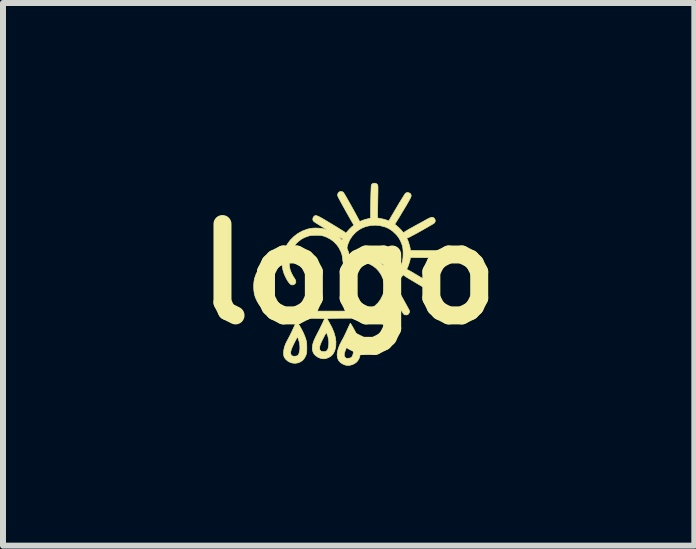
<source format=kicad_pcb>
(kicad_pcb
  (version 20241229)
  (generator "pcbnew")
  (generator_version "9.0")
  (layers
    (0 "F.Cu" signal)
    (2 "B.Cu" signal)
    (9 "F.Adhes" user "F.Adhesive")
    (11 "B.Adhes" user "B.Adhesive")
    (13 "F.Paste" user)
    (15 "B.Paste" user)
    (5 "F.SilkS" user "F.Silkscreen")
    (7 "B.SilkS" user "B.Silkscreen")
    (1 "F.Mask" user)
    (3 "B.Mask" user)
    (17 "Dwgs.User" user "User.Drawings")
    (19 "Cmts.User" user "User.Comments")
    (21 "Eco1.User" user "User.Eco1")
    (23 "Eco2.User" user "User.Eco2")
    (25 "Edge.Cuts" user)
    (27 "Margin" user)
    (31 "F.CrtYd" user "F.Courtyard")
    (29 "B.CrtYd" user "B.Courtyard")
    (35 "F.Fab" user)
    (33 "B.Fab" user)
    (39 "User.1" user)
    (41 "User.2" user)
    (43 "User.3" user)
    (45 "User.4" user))
  (footprint "logo"
    (layer "F.Cu")
    (at 2.765 1.521)
    (property "Reference" "logo" (at 0 0 0) (layer "F.SilkS") (effects (font (size 1.524 1.524) (thickness 0.3))))
    (attr through_hole)
    (fp_poly (pts (xy 0.031 0.824) (xy 0.04 0.837) (xy 0.052 0.857) (xy 0.067 0.882) (xy 0.083 0.911) (xy 0.099 0.94) (xy 0.115 0.969) (xy 0.129 0.996) (xy 0.14 1.017) (xy 0.144 1.026) (xy 0.164 1.074) (xy 0.179 1.116) (xy 0.188 1.156) (xy 0.194 1.197) (xy 0.197 1.235) (xy 0.197 1.298) (xy 0.191 1.351) (xy 0.179 1.396) (xy 0.16 1.433) (xy 0.135 1.465) (xy 0.135 1.465) (xy 0.101 1.491) (xy 0.062 1.51) (xy 0.02 1.521) (xy -0.022 1.524) (xy -0.059 1.517) (xy -0.107 1.496) (xy -0.144 1.469) (xy -0.171 1.436) (xy -0.187 1.396) (xy -0.192 1.352) (xy -0.074 1.352) (xy -0.07 1.372) (xy -0.057 1.39) (xy -0.041 1.402) (xy -0.036 1.404) (xy -0.012 1.405) (xy 0.014 1.402) (xy 0.036 1.395) (xy 0.048 1.387) (xy 0.062 1.367) (xy 0.073 1.337) (xy 0.079 1.301) (xy 0.081 1.26) (xy 0.079 1.217) (xy 0.072 1.176) (xy 0.065 1.149) (xy 0.057 1.125) (xy 0.05 1.106) (xy 0.045 1.094) (xy 0.044 1.092) (xy 0.04 1.093) (xy 0.032 1.102) (xy 0.021 1.12) (xy 0.005 1.149) (xy -0.008 1.173) (xy -0.037 1.23) (xy -0.057 1.278) (xy -0.07 1.317) (xy -0.074 1.349) (xy -0.074 1.352) (xy -0.192 1.352) (xy -0.193 1.349) (xy -0.188 1.297) (xy -0.172 1.238) (xy -0.146 1.173) (xy -0.109 1.102) (xy -0.099 1.085) (xy -0.09 1.068) (xy -0.077 1.043) (xy -0.062 1.012) (xy -0.045 0.976) (xy -0.028 0.939) (xy -0.027 0.936) (xy -0.011 0.902) (xy 0.003 0.871) (xy 0.015 0.846) (xy 0.023 0.829) (xy 0.027 0.82) (xy 0.027 0.82) (xy 0.031 0.824)) (stroke (width 0.01) (type solid)) (fill yes) (layer "F.SilkS"))
    (fp_poly (pts (xy -0.863 0.794) (xy -0.854 0.806) (xy -0.841 0.826) (xy -0.825 0.851) (xy -0.808 0.88) (xy -0.791 0.911) (xy -0.774 0.943) (xy -0.759 0.972) (xy -0.745 1.004) (xy -0.73 1.04) (xy -0.718 1.074) (xy -0.715 1.084) (xy -0.708 1.108) (xy -0.703 1.129) (xy -0.7 1.151) (xy -0.699 1.178) (xy -0.698 1.212) (xy -0.698 1.225) (xy -0.698 1.261) (xy -0.699 1.289) (xy -0.701 1.31) (xy -0.704 1.328) (xy -0.71 1.347) (xy -0.713 1.355) (xy -0.734 1.398) (xy -0.763 1.434) (xy -0.8 1.462) (xy -0.842 1.48) (xy -0.887 1.488) (xy -0.934 1.485) (xy -0.976 1.473) (xy -1.014 1.452) (xy -1.046 1.425) (xy -1.071 1.393) (xy -1.073 1.388) (xy -1.08 1.371) (xy -1.084 1.349) (xy -1.085 1.32) (xy -1.085 1.312) (xy -1.085 1.303) (xy -0.967 1.303) (xy -0.967 1.327) (xy -0.96 1.345) (xy -0.952 1.355) (xy -0.939 1.365) (xy -0.924 1.37) (xy -0.905 1.37) (xy -0.883 1.369) (xy -0.862 1.364) (xy -0.856 1.361) (xy -0.845 1.353) (xy -0.836 1.34) (xy -0.828 1.319) (xy -0.825 1.311) (xy -0.814 1.257) (xy -0.814 1.199) (xy -0.822 1.139) (xy -0.841 1.079) (xy -0.845 1.067) (xy -0.854 1.046) (xy -0.901 1.135) (xy -0.928 1.19) (xy -0.948 1.235) (xy -0.961 1.272) (xy -0.967 1.303) (xy -1.085 1.303) (xy -1.082 1.266) (xy -1.072 1.22) (xy -1.055 1.171) (xy -1.029 1.118) (xy -1.02 1.101) (xy -1.003 1.07) (xy -0.986 1.037) (xy -0.971 1.007) (xy -0.964 0.992) (xy -0.952 0.968) (xy -0.937 0.936) (xy -0.921 0.902) (xy -0.907 0.871) (xy -0.893 0.843) (xy -0.882 0.819) (xy -0.873 0.801) (xy -0.868 0.792) (xy -0.868 0.792) (xy -0.863 0.794)) (stroke (width 0.01) (type solid)) (fill yes) (layer "F.SilkS"))
    (fp_poly (pts (xy 0.458 -1.511) (xy 0.477 -1.497) (xy 0.479 -1.494) (xy 0.482 -1.489) (xy 0.484 -1.484) (xy 0.486 -1.477) (xy 0.488 -1.467) (xy 0.489 -1.453) (xy 0.489 -1.434) (xy 0.489 -1.408) (xy 0.489 -1.374) (xy 0.488 -1.331) (xy 0.487 -1.279) (xy 0.486 -1.215) (xy 0.486 -1.208) (xy 0.485 -1.152) (xy 0.484 -1.099) (xy 0.483 -1.052) (xy 0.482 -1.011) (xy 0.482 -0.978) (xy 0.482 -0.954) (xy 0.482 -0.94) (xy 0.482 -0.937) (xy 0.488 -0.935) (xy 0.503 -0.932) (xy 0.525 -0.928) (xy 0.533 -0.926) (xy 0.563 -0.92) (xy 0.593 -0.913) (xy 0.618 -0.905) (xy 0.619 -0.905) (xy 0.645 -0.896) (xy 0.662 -0.89) (xy 0.671 -0.888) (xy 0.675 -0.889) (xy 0.676 -0.892) (xy 0.676 -0.894) (xy 0.679 -0.902) (xy 0.688 -0.918) (xy 0.701 -0.942) (xy 0.719 -0.973) (xy 0.74 -1.008) (xy 0.763 -1.048) (xy 0.788 -1.09) (xy 0.813 -1.132) (xy 0.838 -1.175) (xy 0.863 -1.215) (xy 0.886 -1.252) (xy 0.906 -1.285) (xy 0.923 -1.312) (xy 0.935 -1.332) (xy 0.943 -1.342) (xy 0.944 -1.343) (xy 0.959 -1.355) (xy 0.973 -1.36) (xy 0.993 -1.359) (xy 1.014 -1.352) (xy 1.031 -1.34) (xy 1.035 -1.334) (xy 1.039 -1.325) (xy 1.042 -1.316) (xy 1.042 -1.305) (xy 1.039 -1.292) (xy 1.033 -1.276) (xy 1.023 -1.255) (xy 1.008 -1.228) (xy 0.989 -1.194) (xy 0.965 -1.152) (xy 0.935 -1.102) (xy 0.923 -1.082) (xy 0.895 -1.036) (xy 0.869 -0.992) (xy 0.845 -0.952) (xy 0.824 -0.918) (xy 0.806 -0.889) (xy 0.794 -0.869) (xy 0.787 -0.858) (xy 0.769 -0.832) (xy 0.811 -0.797) (xy 0.835 -0.775) (xy 0.86 -0.751) (xy 0.881 -0.729) (xy 0.883 -0.726) (xy 0.898 -0.709) (xy 0.909 -0.696) (xy 0.915 -0.689) (xy 0.915 -0.689) (xy 0.92 -0.691) (xy 0.928 -0.699) (xy 0.932 -0.703) (xy 0.939 -0.708) (xy 0.95 -0.715) (xy 0.965 -0.724) (xy 0.985 -0.736) (xy 1.011 -0.751) (xy 1.044 -0.769) (xy 1.085 -0.792) (xy 1.134 -0.819) (xy 1.193 -0.851) (xy 1.261 -0.889) (xy 1.272 -0.895) (xy 1.312 -0.917) (xy 1.344 -0.933) (xy 1.368 -0.943) (xy 1.386 -0.947) (xy 1.4 -0.947) (xy 1.412 -0.943) (xy 1.424 -0.934) (xy 1.427 -0.931) (xy 1.441 -0.909) (xy 1.445 -0.885) (xy 1.437 -0.862) (xy 1.431 -0.853) (xy 1.422 -0.847) (xy 1.404 -0.835) (xy 1.379 -0.82) (xy 1.346 -0.801) (xy 1.309 -0.779) (xy 1.268 -0.756) (xy 1.225 -0.731) (xy 1.181 -0.707) (xy 1.138 -0.683) (xy 1.098 -0.661) (xy 1.061 -0.642) (xy 1.03 -0.625) (xy 1.006 -0.613) (xy 0.99 -0.605) (xy 0.985 -0.604) (xy 0.968 -0.6) (xy 0.979 -0.578) (xy 0.99 -0.554) (xy 1.001 -0.522) (xy 1.011 -0.488) (xy 1.02 -0.455) (xy 1.026 -0.427) (xy 1.026 -0.425) (xy 1.03 -0.394) (xy 1.286 -0.392) (xy 1.351 -0.392) (xy 1.406 -0.391) (xy 1.45 -0.391) (xy 1.486 -0.39) (xy 1.513 -0.388) (xy 1.534 -0.386) (xy 1.549 -0.383) (xy 1.56 -0.38) (xy 1.567 -0.375) (xy 1.573 -0.369) (xy 1.577 -0.362) (xy 1.579 -0.359) (xy 1.587 -0.333) (xy 1.583 -0.311) (xy 1.569 -0.29) (xy 1.55 -0.272) (xy 1.29 -0.274) (xy 1.03 -0.276) (xy 1.026 -0.25) (xy 1.022 -0.228) (xy 1.014 -0.2) (xy 1.004 -0.168) (xy 0.993 -0.137) (xy 0.983 -0.112) (xy 0.978 -0.101) (xy 0.97 -0.085) (xy 0.968 -0.077) (xy 0.973 -0.075) (xy 0.977 -0.074) (xy 0.98 -0.074) (xy 0.987 -0.071) (xy 0.997 -0.065) (xy 1.012 -0.057) (xy 1.033 -0.046) (xy 1.059 -0.031) (xy 1.091 -0.012) (xy 1.131 0.012) (xy 1.178 0.04) (xy 1.234 0.073) (xy 1.3 0.112) (xy 1.375 0.156) (xy 1.388 0.164) (xy 1.413 0.184) (xy 1.426 0.207) (xy 1.428 0.232) (xy 1.423 0.245) (xy 1.411 0.263) (xy 1.392 0.277) (xy 1.371 0.283) (xy 1.356 0.282) (xy 1.347 0.277) (xy 1.327 0.266) (xy 1.297 0.249) (xy 1.256 0.225) (xy 1.205 0.195) (xy 1.144 0.159) (xy 1.073 0.117) (xy 0.993 0.069) (xy 0.989 0.067) (xy 0.964 0.051) (xy 0.942 0.037) (xy 0.927 0.026) (xy 0.92 0.02) (xy 0.911 0.013) (xy 0.907 0.016) (xy 0.875 0.055) (xy 0.833 0.096) (xy 0.807 0.118) (xy 0.784 0.137) (xy 0.77 0.149) (xy 0.764 0.158) (xy 0.763 0.164) (xy 0.765 0.167) (xy 0.771 0.176) (xy 0.782 0.193) (xy 0.796 0.217) (xy 0.812 0.244) (xy 0.817 0.254) (xy 0.859 0.328) (xy 0.895 0.392) (xy 0.925 0.447) (xy 0.95 0.492) (xy 0.971 0.53) (xy 0.987 0.56) (xy 1 0.583) (xy 1.009 0.601) (xy 1.014 0.613) (xy 1.017 0.62) (xy 1.017 0.622) (xy 1.013 0.639) (xy 1.003 0.659) (xy 0.99 0.673) (xy 0.986 0.676) (xy 0.964 0.682) (xy 0.938 0.679) (xy 0.928 0.675) (xy 0.924 0.673) (xy 0.92 0.67) (xy 0.915 0.664) (xy 0.909 0.655) (xy 0.901 0.643) (xy 0.89 0.625) (xy 0.876 0.601) (xy 0.858 0.571) (xy 0.836 0.532) (xy 0.81 0.486) (xy 0.778 0.429) (xy 0.763 0.403) (xy 0.742 0.366) (xy 0.726 0.339) (xy 0.715 0.321) (xy 0.708 0.31) (xy 0.703 0.306) (xy 0.701 0.307) (xy 0.701 0.312) (xy 0.698 0.328) (xy 0.691 0.352) (xy 0.682 0.381) (xy 0.67 0.412) (xy 0.657 0.442) (xy 0.645 0.467) (xy 0.64 0.474) (xy 0.609 0.52) (xy 0.571 0.566) (xy 0.528 0.607) (xy 0.499 0.63) (xy 0.459 0.66) (xy 0.459 0.713) (xy 0.458 0.741) (xy 0.456 0.766) (xy 0.453 0.784) (xy 0.452 0.787) (xy 0.439 0.807) (xy 0.42 0.819) (xy 0.396 0.823) (xy 0.373 0.817) (xy 0.355 0.805) (xy 0.347 0.795) (xy 0.343 0.783) (xy 0.341 0.764) (xy 0.341 0.752) (xy 0.341 0.732) (xy 0.34 0.718) (xy 0.34 0.713) (xy 0.333 0.715) (xy 0.319 0.719) (xy 0.304 0.724) (xy 0.295 0.726) (xy 0.283 0.728) (xy 0.269 0.73) (xy 0.25 0.731) (xy 0.226 0.732) (xy 0.196 0.733) (xy 0.157 0.734) (xy 0.111 0.735) (xy 0.054 0.736) (xy -0.013 0.736) (xy -0.045 0.736) (xy -0.117 0.737) (xy -0.177 0.737) (xy -0.226 0.738) (xy -0.266 0.739) (xy -0.297 0.74) (xy -0.321 0.74) (xy -0.337 0.742) (xy -0.348 0.743) (xy -0.355 0.745) (xy -0.357 0.746) (xy -0.357 0.748) (xy -0.353 0.757) (xy -0.343 0.774) (xy -0.331 0.796) (xy -0.324 0.808) (xy -0.279 0.892) (xy -0.245 0.974) (xy -0.223 1.051) (xy -0.212 1.125) (xy -0.214 1.195) (xy -0.22 1.235) (xy -0.236 1.288) (xy -0.26 1.332) (xy -0.292 1.366) (xy -0.332 1.391) (xy -0.365 1.404) (xy -0.399 1.412) (xy -0.429 1.413) (xy -0.462 1.407) (xy -0.481 1.401) (xy -0.517 1.385) (xy -0.55 1.361) (xy -0.577 1.333) (xy -0.589 1.314) (xy -0.602 1.278) (xy -0.605 1.241) (xy -0.485 1.241) (xy -0.481 1.262) (xy -0.471 1.277) (xy -0.453 1.288) (xy -0.43 1.293) (xy -0.404 1.293) (xy -0.38 1.287) (xy -0.368 1.281) (xy -0.354 1.265) (xy -0.343 1.239) (xy -0.336 1.205) (xy -0.332 1.167) (xy -0.332 1.125) (xy -0.337 1.083) (xy -0.346 1.042) (xy -0.349 1.031) (xy -0.358 1.008) (xy -0.365 0.989) (xy -0.37 0.979) (xy -0.371 0.977) (xy -0.375 0.981) (xy -0.384 0.995) (xy -0.397 1.017) (xy -0.411 1.044) (xy -0.427 1.075) (xy -0.45 1.122) (xy -0.467 1.16) (xy -0.478 1.191) (xy -0.484 1.218) (xy -0.485 1.241) (xy -0.605 1.241) (xy -0.606 1.235) (xy -0.602 1.187) (xy -0.599 1.172) (xy -0.592 1.147) (xy -0.582 1.118) (xy -0.567 1.082) (xy -0.547 1.04) (xy -0.521 0.989) (xy -0.497 0.943) (xy -0.484 0.918) (xy -0.47 0.889) (xy -0.455 0.859) (xy -0.44 0.827) (xy -0.426 0.798) (xy -0.415 0.774) (xy -0.407 0.755) (xy -0.403 0.745) (xy -0.403 0.744) (xy -0.409 0.743) (xy -0.426 0.742) (xy -0.454 0.741) (xy -0.491 0.74) (xy -0.536 0.739) (xy -0.588 0.738) (xy -0.647 0.738) (xy -0.71 0.737) (xy -0.774 0.737) (xy -1.144 0.735) (xy -1.199 0.718) (xy -1.27 0.691) (xy -1.334 0.658) (xy -1.392 0.616) (xy -1.447 0.564) (xy -1.453 0.559) (xy -1.494 0.507) (xy -1.53 0.447) (xy -1.558 0.384) (xy -1.573 0.332) (xy -1.58 0.287) (xy -1.584 0.235) (xy -1.584 0.216) (xy -1.47 0.216) (xy -1.464 0.28) (xy -1.447 0.343) (xy -1.431 0.382) (xy -1.392 0.447) (xy -1.346 0.502) (xy -1.293 0.547) (xy -1.234 0.581) (xy -1.168 0.604) (xy -1.127 0.613) (xy -1.117 0.614) (xy -1.094 0.615) (xy -1.062 0.615) (xy -1.019 0.616) (xy -0.967 0.617) (xy -0.907 0.617) (xy -0.84 0.617) (xy -0.766 0.618) (xy -0.686 0.618) (xy -0.602 0.618) (xy -0.513 0.618) (xy -0.421 0.618) (xy -0.419 0.618) (xy 0.257 0.617) (xy 0.307 0.6) (xy 0.375 0.571) (xy 0.434 0.533) (xy 0.486 0.485) (xy 0.529 0.428) (xy 0.563 0.362) (xy 0.572 0.341) (xy 0.58 0.318) (xy 0.586 0.298) (xy 0.589 0.279) (xy 0.591 0.257) (xy 0.592 0.228) (xy 0.592 0.211) (xy 0.592 0.177) (xy 0.591 0.152) (xy 0.588 0.132) (xy 0.584 0.112) (xy 0.577 0.091) (xy 0.573 0.08) (xy 0.544 0.015) (xy 0.506 -0.043) (xy 0.46 -0.094) (xy 0.407 -0.135) (xy 0.349 -0.167) (xy 0.294 -0.186) (xy 0.273 -0.191) (xy 0.25 -0.194) (xy 0.225 -0.197) (xy 0.193 -0.198) (xy 0.153 -0.198) (xy 0.136 -0.198) (xy 0.026 -0.198) (xy 0.004 -0.177) (xy -0.018 -0.16) (xy -0.04 -0.155) (xy -0.062 -0.163) (xy -0.075 -0.172) (xy -0.085 -0.182) (xy -0.091 -0.192) (xy -0.095 -0.206) (xy -0.098 -0.227) (xy -0.099 -0.242) (xy -0.103 -0.276) (xy -0.107 -0.301) (xy -0.112 -0.324) (xy -0.12 -0.348) (xy -0.129 -0.372) (xy -0.16 -0.435) (xy -0.027 -0.435) (xy -0.024 -0.421) (xy -0.016 -0.401) (xy -0.015 -0.399) (xy -0.006 -0.376) (xy 0.001 -0.355) (xy 0.004 -0.343) (xy 0.007 -0.324) (xy 0.132 -0.321) (xy 0.18 -0.319) (xy 0.217 -0.318) (xy 0.246 -0.315) (xy 0.27 -0.312) (xy 0.292 -0.308) (xy 0.307 -0.304) (xy 0.377 -0.28) (xy 0.445 -0.247) (xy 0.508 -0.205) (xy 0.563 -0.158) (xy 0.592 -0.125) (xy 0.617 -0.093) (xy 0.64 -0.055) (xy 0.661 -0.016) (xy 0.677 0.02) (xy 0.682 0.036) (xy 0.688 0.052) (xy 0.692 0.061) (xy 0.693 0.062) (xy 0.699 0.059) (xy 0.712 0.051) (xy 0.722 0.044) (xy 0.757 0.015) (xy 0.794 -0.023) (xy 0.827 -0.066) (xy 0.854 -0.109) (xy 0.857 -0.115) (xy 0.877 -0.158) (xy 0.892 -0.197) (xy 0.901 -0.235) (xy 0.906 -0.277) (xy 0.908 -0.327) (xy 0.908 -0.341) (xy 0.907 -0.393) (xy 0.903 -0.437) (xy 0.895 -0.476) (xy 0.881 -0.514) (xy 0.863 -0.556) (xy 0.857 -0.567) (xy 0.84 -0.598) (xy 0.822 -0.624) (xy 0.801 -0.65) (xy 0.775 -0.676) (xy 0.736 -0.713) (xy 0.698 -0.741) (xy 0.659 -0.764) (xy 0.615 -0.783) (xy 0.6 -0.788) (xy 0.526 -0.807) (xy 0.45 -0.815) (xy 0.373 -0.811) (xy 0.299 -0.796) (xy 0.274 -0.788) (xy 0.222 -0.767) (xy 0.177 -0.742) (xy 0.134 -0.71) (xy 0.107 -0.686) (xy 0.057 -0.631) (xy 0.017 -0.569) (xy -0.012 -0.501) (xy -0.021 -0.469) (xy -0.026 -0.45) (xy -0.027 -0.435) (xy -0.16 -0.435) (xy -0.161 -0.437) (xy -0.203 -0.495) (xy -0.253 -0.545) (xy -0.312 -0.587) (xy -0.377 -0.619) (xy -0.387 -0.623) (xy -0.164 -0.623) (xy -0.14 -0.593) (xy -0.126 -0.578) (xy -0.117 -0.57) (xy -0.112 -0.57) (xy -0.107 -0.575) (xy -0.101 -0.585) (xy -0.099 -0.59) (xy -0.104 -0.595) (xy -0.109 -0.595) (xy -0.121 -0.598) (xy -0.137 -0.606) (xy -0.142 -0.609) (xy -0.164 -0.623) (xy -0.387 -0.623) (xy -0.412 -0.632) (xy -0.436 -0.638) (xy -0.457 -0.643) (xy -0.48 -0.645) (xy -0.509 -0.647) (xy -0.546 -0.647) (xy -0.583 -0.646) (xy -0.611 -0.645) (xy -0.634 -0.643) (xy -0.656 -0.638) (xy -0.679 -0.631) (xy -0.68 -0.631) (xy -0.739 -0.609) (xy -0.792 -0.58) (xy -0.841 -0.541) (xy -0.866 -0.518) (xy -0.913 -0.463) (xy -0.949 -0.402) (xy -0.974 -0.336) (xy -0.989 -0.264) (xy -0.992 -0.202) (xy -0.988 -0.133) (xy -0.976 -0.071) (xy -0.953 -0.013) (xy -0.921 0.045) (xy -0.911 0.059) (xy -0.892 0.09) (xy -0.882 0.115) (xy -0.881 0.136) (xy -0.889 0.154) (xy -0.897 0.163) (xy -0.912 0.175) (xy -0.929 0.18) (xy -0.952 0.18) (xy -0.966 0.174) (xy -0.984 0.157) (xy -1.004 0.133) (xy -1.025 0.101) (xy -1.045 0.064) (xy -1.051 0.053) (xy -1.073 0.004) (xy -1.089 -0.041) (xy -1.101 -0.088) (xy -1.109 -0.141) (xy -1.11 -0.146) (xy -1.113 -0.169) (xy -1.116 -0.186) (xy -1.118 -0.196) (xy -1.118 -0.196) (xy -1.126 -0.196) (xy -1.142 -0.193) (xy -1.163 -0.187) (xy -1.188 -0.18) (xy -1.212 -0.172) (xy -1.233 -0.164) (xy -1.244 -0.159) (xy -1.302 -0.124) (xy -1.351 -0.08) (xy -1.393 -0.029) (xy -1.426 0.027) (xy -1.45 0.088) (xy -1.465 0.151) (xy -1.47 0.216) (xy -1.584 0.216) (xy -1.584 0.181) (xy -1.58 0.13) (xy -1.573 0.084) (xy -1.57 0.072) (xy -1.543 -0.004) (xy -1.506 -0.073) (xy -1.459 -0.136) (xy -1.402 -0.19) (xy -1.336 -0.237) (xy -1.293 -0.261) (xy -1.258 -0.277) (xy -1.224 -0.29) (xy -1.186 -0.302) (xy -1.14 -0.313) (xy -1.115 -0.319) (xy -1.105 -0.323) (xy -1.097 -0.334) (xy -1.092 -0.352) (xy -1.085 -0.372) (xy -1.076 -0.398) (xy -1.064 -0.424) (xy -1.063 -0.426) (xy -1.022 -0.501) (xy -0.972 -0.568) (xy -0.913 -0.627) (xy -0.847 -0.677) (xy -0.774 -0.717) (xy -0.696 -0.747) (xy -0.644 -0.76) (xy -0.6 -0.766) (xy -0.55 -0.768) (xy -0.498 -0.766) (xy -0.449 -0.761) (xy -0.408 -0.752) (xy -0.387 -0.746) (xy -0.372 -0.742) (xy -0.366 -0.742) (xy -0.366 -0.742) (xy -0.371 -0.745) (xy -0.385 -0.754) (xy -0.407 -0.768) (xy -0.434 -0.784) (xy -0.466 -0.803) (xy -0.471 -0.806) (xy -0.504 -0.827) (xy -0.534 -0.845) (xy -0.559 -0.861) (xy -0.577 -0.874) (xy -0.587 -0.881) (xy -0.587 -0.882) (xy -0.597 -0.901) (xy -0.598 -0.924) (xy -0.59 -0.947) (xy -0.581 -0.959) (xy -0.573 -0.967) (xy -0.565 -0.973) (xy -0.556 -0.976) (xy -0.545 -0.976) (xy -0.531 -0.973) (xy -0.513 -0.966) (xy -0.49 -0.955) (xy -0.46 -0.94) (xy -0.424 -0.919) (xy -0.38 -0.893) (xy -0.326 -0.86) (xy -0.304 -0.847) (xy -0.256 -0.818) (xy -0.211 -0.791) (xy -0.17 -0.766) (xy -0.134 -0.743) (xy -0.104 -0.725) (xy -0.082 -0.711) (xy -0.069 -0.702) (xy -0.068 -0.701) (xy -0.045 -0.683) (xy -0.013 -0.721) (xy 0.008 -0.745) (xy 0.034 -0.771) (xy 0.055 -0.79) (xy 0.074 -0.805) (xy 0.084 -0.815) (xy 0.087 -0.822) (xy 0.084 -0.827) (xy 0.081 -0.83) (xy 0.075 -0.837) (xy 0.065 -0.854) (xy 0.05 -0.88) (xy 0.031 -0.912) (xy 0.009 -0.951) (xy -0.015 -0.994) (xy -0.042 -1.041) (xy -0.069 -1.09) (xy -0.097 -1.14) (xy -0.124 -1.189) (xy -0.15 -1.238) (xy -0.171 -1.277) (xy -0.183 -1.305) (xy -0.185 -1.329) (xy -0.176 -1.35) (xy -0.17 -1.358) (xy -0.156 -1.371) (xy -0.142 -1.376) (xy -0.128 -1.377) (xy -0.107 -1.374) (xy -0.092 -1.366) (xy -0.086 -1.36) (xy -0.08 -1.351) (xy -0.069 -1.333) (xy -0.053 -1.307) (xy -0.034 -1.274) (xy -0.013 -1.236) (xy 0.011 -1.194) (xy 0.036 -1.15) (xy 0.061 -1.105) (xy 0.086 -1.06) (xy 0.11 -1.017) (xy 0.131 -0.977) (xy 0.15 -0.942) (xy 0.165 -0.914) (xy 0.184 -0.877) (xy 0.226 -0.894) (xy 0.255 -0.904) (xy 0.288 -0.914) (xy 0.319 -0.922) (xy 0.32 -0.922) (xy 0.344 -0.927) (xy 0.359 -0.932) (xy 0.366 -0.936) (xy 0.368 -0.941) (xy 0.366 -0.948) (xy 0.365 -0.959) (xy 0.365 -0.98) (xy 0.364 -1.01) (xy 0.365 -1.047) (xy 0.365 -1.091) (xy 0.366 -1.138) (xy 0.367 -1.188) (xy 0.368 -1.239) (xy 0.369 -1.289) (xy 0.37 -1.337) (xy 0.372 -1.381) (xy 0.373 -1.419) (xy 0.375 -1.451) (xy 0.376 -1.473) (xy 0.378 -1.485) (xy 0.378 -1.487) (xy 0.392 -1.504) (xy 0.412 -1.514) (xy 0.435 -1.516) (xy 0.458 -1.511)) (stroke (width 0.01) (type solid)) (fill yes) (layer "F.SilkS")))
  (gr_rect
    (start -3 -3)
    (end 8.53 6.05)
    (stroke (width 0.1) (type default))
    (fill no)
    (layer "Edge.Cuts")))
</source>
